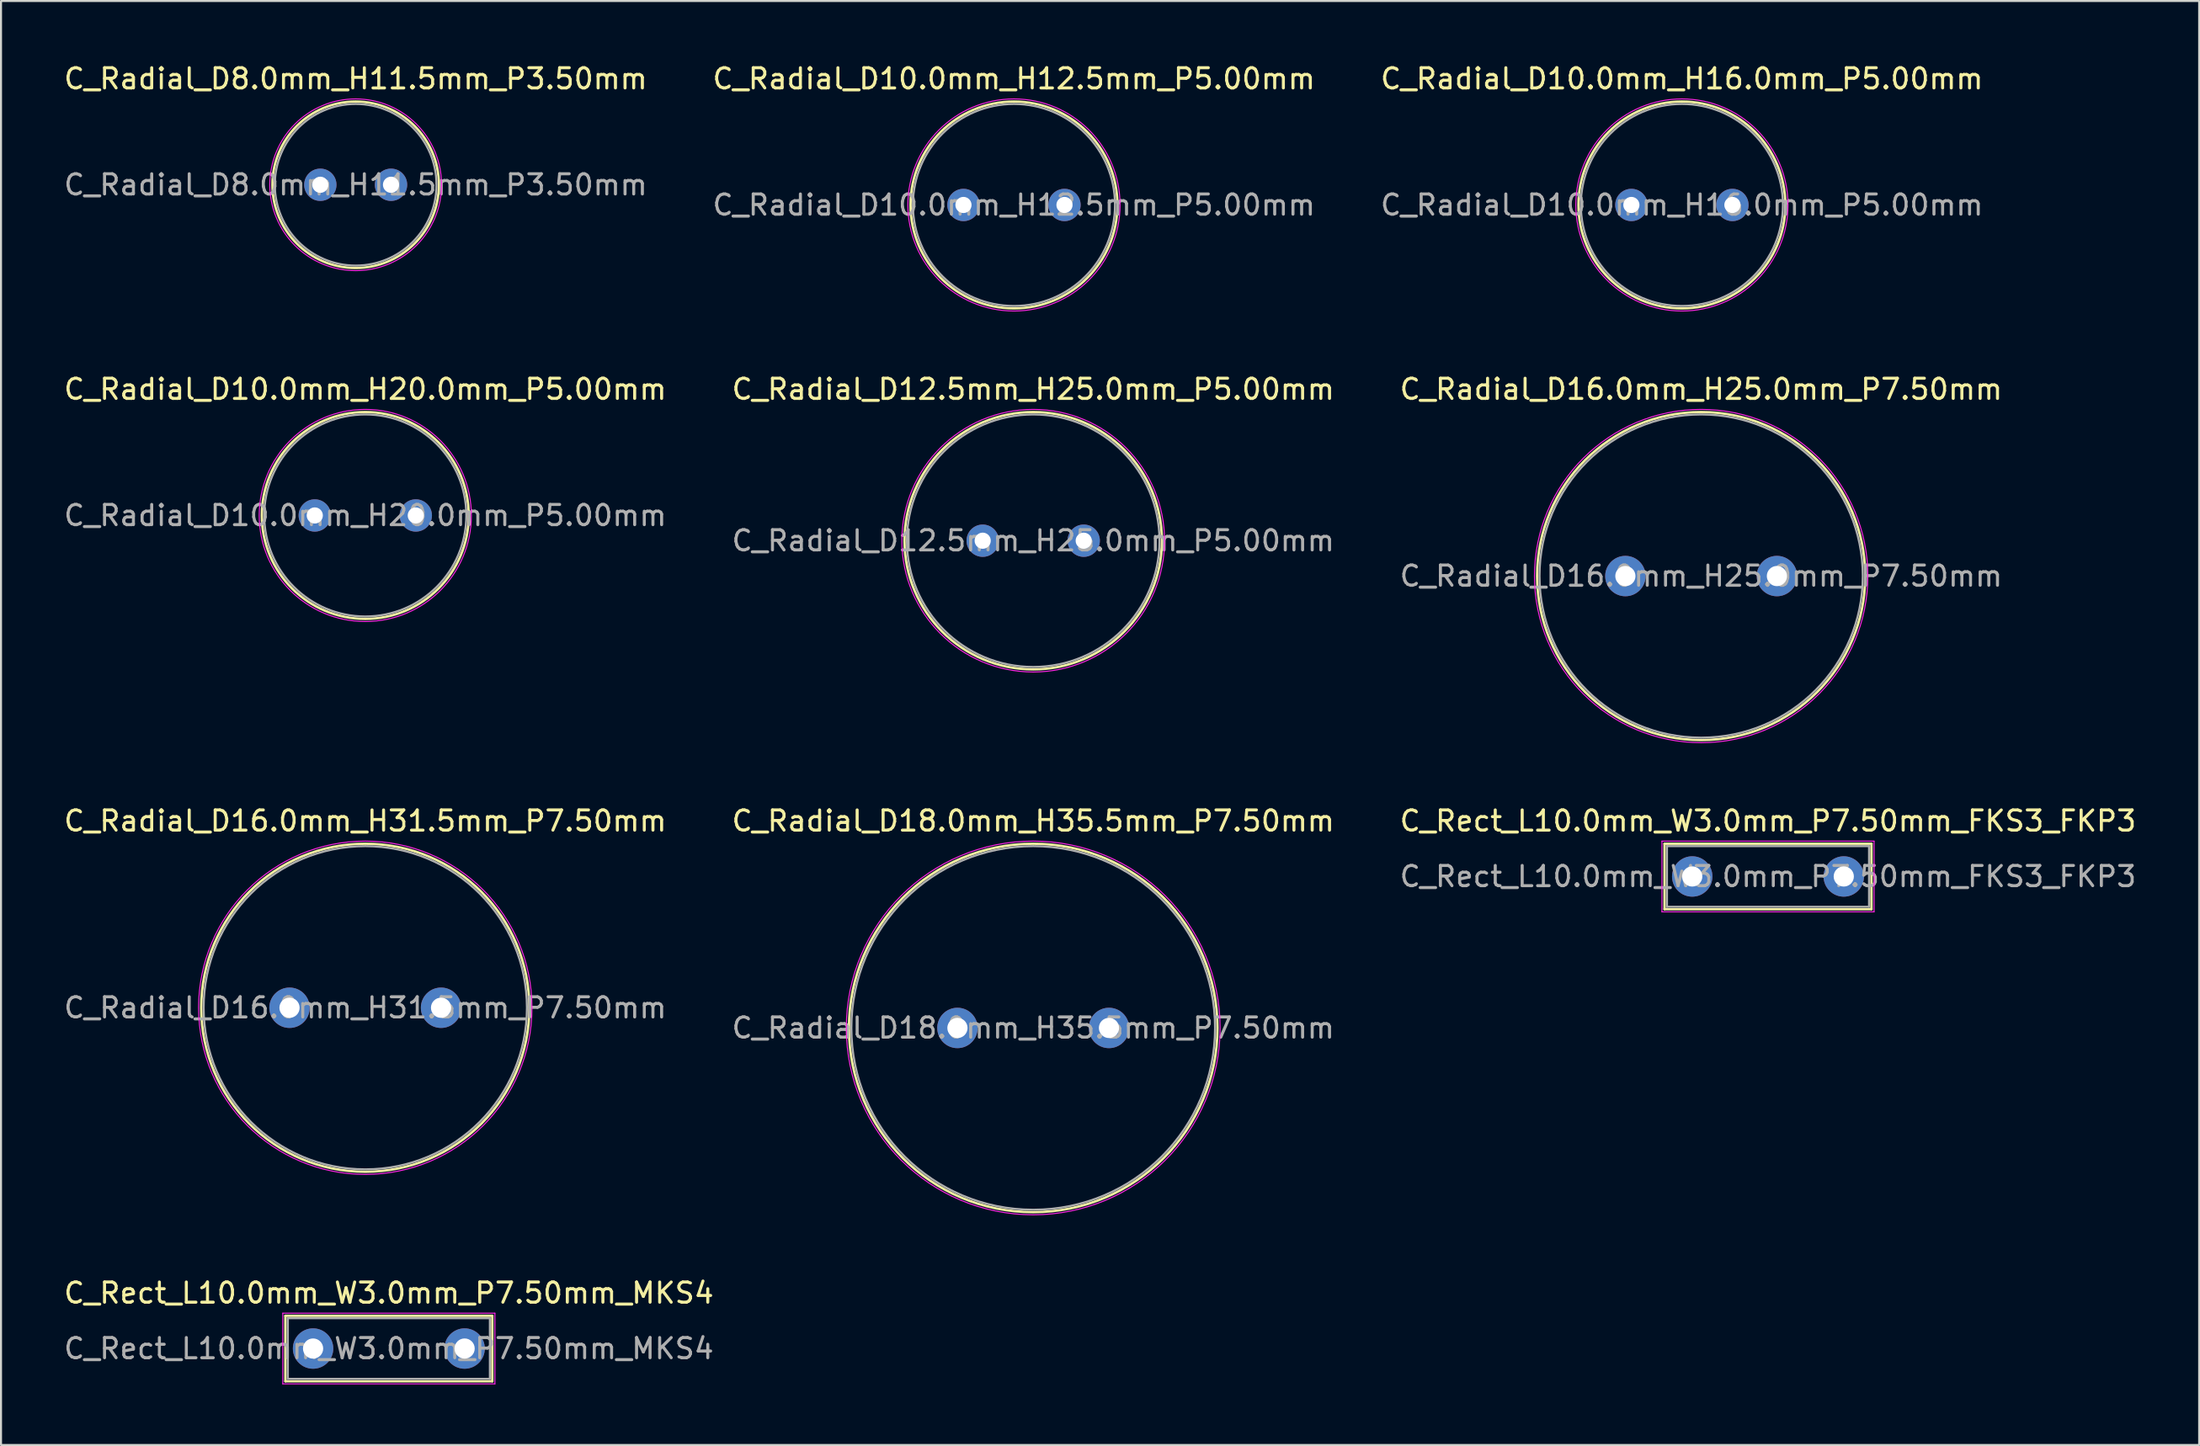
<source format=kicad_pcb>
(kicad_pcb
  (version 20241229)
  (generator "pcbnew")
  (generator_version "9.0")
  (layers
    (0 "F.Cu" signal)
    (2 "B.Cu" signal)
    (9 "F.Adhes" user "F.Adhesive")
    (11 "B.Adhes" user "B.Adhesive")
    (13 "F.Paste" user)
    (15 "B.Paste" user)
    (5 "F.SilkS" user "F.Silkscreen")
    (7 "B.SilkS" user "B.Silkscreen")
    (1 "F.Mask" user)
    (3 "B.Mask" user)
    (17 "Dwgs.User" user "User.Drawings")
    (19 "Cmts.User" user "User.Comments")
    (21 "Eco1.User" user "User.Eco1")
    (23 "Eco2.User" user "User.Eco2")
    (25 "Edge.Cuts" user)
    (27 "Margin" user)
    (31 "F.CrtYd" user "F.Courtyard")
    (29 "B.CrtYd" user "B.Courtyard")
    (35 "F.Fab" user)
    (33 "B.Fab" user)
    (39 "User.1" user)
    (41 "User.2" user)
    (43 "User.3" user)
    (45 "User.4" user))
  (footprint "C_Radial_D18.0mm_H35.5mm_P7.50mm"
    (layer "F.Cu")
    (at 44.339 47.845)
    (property "Reference" "C_Radial_D18.0mm_H35.5mm_P7.50mm" (at 3.75 -10.25 0) (layer "F.SilkS") (effects (font (size 1 1) (thickness 0.15))))
    (attr through_hole)
    (fp_circle (center 3.75 0) (end 12.87 0) (stroke (width 0.12) (type solid)) (fill no) (layer "F.SilkS"))
    (fp_circle (center 3.75 0) (end 13 0) (stroke (width 0.05) (type solid)) (fill no) (layer "F.CrtYd"))
    (fp_circle (center 3.75 0) (end 12.75 0) (stroke (width 0.1) (type solid)) (fill no) (layer "F.Fab"))
    (fp_text user "${REFERENCE}" (at 3.75 0 0) (layer "F.Fab") (effects (font (size 1 1) (thickness 0.15))))
    (pad "1" thru_hole circle (at 0 0) (size 2 2) (drill 1) (layers "*.Cu" "*.Mask"))
    (pad "2" thru_hole circle (at 7.5 0) (size 2 2) (drill 1) (layers "*.Cu" "*.Mask")))
  (footprint "C_Radial_D16.0mm_H25.0mm_P7.50mm"
    (layer "F.Cu")
    (at 77.399 25.471)
    (property "Reference" "C_Radial_D16.0mm_H25.0mm_P7.50mm" (at 3.75 -9.25 0) (layer "F.SilkS") (effects (font (size 1 1) (thickness 0.15))))
    (attr through_hole)
    (fp_circle (center 3.75 0) (end 11.87 0) (stroke (width 0.12) (type solid)) (fill no) (layer "F.SilkS"))
    (fp_circle (center 3.75 0) (end 12 0) (stroke (width 0.05) (type solid)) (fill no) (layer "F.CrtYd"))
    (fp_circle (center 3.75 0) (end 11.75 0) (stroke (width 0.1) (type solid)) (fill no) (layer "F.Fab"))
    (fp_text user "${REFERENCE}" (at 3.75 0 0) (layer "F.Fab") (effects (font (size 1 1) (thickness 0.15))))
    (pad "1" thru_hole circle (at 0 0) (size 2 2) (drill 1) (layers "*.Cu" "*.Mask"))
    (pad "2" thru_hole circle (at 7.5 0) (size 2 2) (drill 1) (layers "*.Cu" "*.Mask")))
  (footprint "C_Radial_D16.0mm_H31.5mm_P7.50mm"
    (layer "F.Cu")
    (at 11.28 46.845)
    (property "Reference" "C_Radial_D16.0mm_H31.5mm_P7.50mm" (at 3.75 -9.25 0) (layer "F.SilkS") (effects (font (size 1 1) (thickness 0.15))))
    (attr through_hole)
    (fp_circle (center 3.75 0) (end 11.87 0) (stroke (width 0.12) (type solid)) (fill no) (layer "F.SilkS"))
    (fp_circle (center 3.75 0) (end 12 0) (stroke (width 0.05) (type solid)) (fill no) (layer "F.CrtYd"))
    (fp_circle (center 3.75 0) (end 11.75 0) (stroke (width 0.1) (type solid)) (fill no) (layer "F.Fab"))
    (fp_text user "${REFERENCE}" (at 3.75 0 0) (layer "F.Fab") (effects (font (size 1 1) (thickness 0.15))))
    (pad "1" thru_hole circle (at 0 0) (size 2 2) (drill 1) (layers "*.Cu" "*.Mask"))
    (pad "2" thru_hole circle (at 7.5 0) (size 2 2) (drill 1) (layers "*.Cu" "*.Mask")))
  (footprint "C_Radial_D10.0mm_H16.0mm_P5.00mm"
    (layer "F.Cu")
    (at 77.696 7.098)
    (property "Reference" "C_Radial_D10.0mm_H16.0mm_P5.00mm" (at 2.5 -6.25 0) (layer "F.SilkS") (effects (font (size 1 1) (thickness 0.15))))
    (attr through_hole)
    (fp_circle (center 2.5 0) (end 7.62 0) (stroke (width 0.12) (type solid)) (fill no) (layer "F.SilkS"))
    (fp_circle (center 2.5 0) (end 7.75 0) (stroke (width 0.05) (type solid)) (fill no) (layer "F.CrtYd"))
    (fp_circle (center 2.5 0) (end 7.5 0) (stroke (width 0.1) (type solid)) (fill no) (layer "F.Fab"))
    (fp_text user "${REFERENCE}" (at 2.5 0 0) (layer "F.Fab") (effects (font (size 1 1) (thickness 0.15))))
    (pad "1" thru_hole circle (at 0 0) (size 1.6 1.6) (drill 0.8) (layers "*.Cu" "*.Mask"))
    (pad "2" thru_hole circle (at 5 0) (size 1.6 1.6) (drill 0.8) (layers "*.Cu" "*.Mask")))
  (footprint "C_Rect_L10.0mm_W3.0mm_P7.50mm_FKS3_FKP3"
    (layer "F.Cu")
    (at 80.708 40.345)
    (property "Reference" "C_Rect_L10.0mm_W3.0mm_P7.50mm_FKS3_FKP3" (at 3.75 -2.75 0) (layer "F.SilkS") (effects (font (size 1 1) (thickness 0.15))))
    (attr through_hole)
    (fp_line (start -1.37 -1.62) (end -1.37 1.62) (stroke (width 0.12) (type solid)) (layer "F.SilkS"))
    (fp_line (start -1.37 -1.62) (end 8.87 -1.62) (stroke (width 0.12) (type solid)) (layer "F.SilkS"))
    (fp_line (start -1.37 1.62) (end 8.87 1.62) (stroke (width 0.12) (type solid)) (layer "F.SilkS"))
    (fp_line (start 8.87 -1.62) (end 8.87 1.62) (stroke (width 0.12) (type solid)) (layer "F.SilkS"))
    (fp_line (start -1.5 -1.75) (end -1.5 1.75) (stroke (width 0.05) (type solid)) (layer "F.CrtYd"))
    (fp_line (start -1.5 1.75) (end 9 1.75) (stroke (width 0.05) (type solid)) (layer "F.CrtYd"))
    (fp_line (start 9 -1.75) (end -1.5 -1.75) (stroke (width 0.05) (type solid)) (layer "F.CrtYd"))
    (fp_line (start 9 1.75) (end 9 -1.75) (stroke (width 0.05) (type solid)) (layer "F.CrtYd"))
    (fp_line (start -1.25 -1.5) (end -1.25 1.5) (stroke (width 0.1) (type solid)) (layer "F.Fab"))
    (fp_line (start -1.25 1.5) (end 8.75 1.5) (stroke (width 0.1) (type solid)) (layer "F.Fab"))
    (fp_line (start 8.75 -1.5) (end -1.25 -1.5) (stroke (width 0.1) (type solid)) (layer "F.Fab"))
    (fp_line (start 8.75 1.5) (end 8.75 -1.5) (stroke (width 0.1) (type solid)) (layer "F.Fab"))
    (fp_text user "${REFERENCE}" (at 3.75 0 0) (layer "F.Fab") (effects (font (size 1 1) (thickness 0.15))))
    (pad "1" thru_hole circle (at 0 0) (size 2 2) (drill 1) (layers "*.Cu" "*.Mask"))
    (pad "2" thru_hole circle (at 7.5 0) (size 2 2) (drill 1) (layers "*.Cu" "*.Mask")))
  (footprint "C_Rect_L10.0mm_W3.0mm_P7.50mm_MKS4"
    (layer "F.Cu")
    (at 12.446 63.718)
    (property "Reference" "C_Rect_L10.0mm_W3.0mm_P7.50mm_MKS4" (at 3.75 -2.75 0) (layer "F.SilkS") (effects (font (size 1 1) (thickness 0.15))))
    (attr through_hole)
    (fp_line (start -1.37 -1.62) (end -1.37 1.62) (stroke (width 0.12) (type solid)) (layer "F.SilkS"))
    (fp_line (start -1.37 -1.62) (end 8.87 -1.62) (stroke (width 0.12) (type solid)) (layer "F.SilkS"))
    (fp_line (start -1.37 1.62) (end 8.87 1.62) (stroke (width 0.12) (type solid)) (layer "F.SilkS"))
    (fp_line (start 8.87 -1.62) (end 8.87 1.62) (stroke (width 0.12) (type solid)) (layer "F.SilkS"))
    (fp_line (start -1.5 -1.75) (end -1.5 1.75) (stroke (width 0.05) (type solid)) (layer "F.CrtYd"))
    (fp_line (start -1.5 1.75) (end 9 1.75) (stroke (width 0.05) (type solid)) (layer "F.CrtYd"))
    (fp_line (start 9 -1.75) (end -1.5 -1.75) (stroke (width 0.05) (type solid)) (layer "F.CrtYd"))
    (fp_line (start 9 1.75) (end 9 -1.75) (stroke (width 0.05) (type solid)) (layer "F.CrtYd"))
    (fp_line (start -1.25 -1.5) (end -1.25 1.5) (stroke (width 0.1) (type solid)) (layer "F.Fab"))
    (fp_line (start -1.25 1.5) (end 8.75 1.5) (stroke (width 0.1) (type solid)) (layer "F.Fab"))
    (fp_line (start 8.75 -1.5) (end -1.25 -1.5) (stroke (width 0.1) (type solid)) (layer "F.Fab"))
    (fp_line (start 8.75 1.5) (end 8.75 -1.5) (stroke (width 0.1) (type solid)) (layer "F.Fab"))
    (fp_text user "${REFERENCE}" (at 3.75 0 0) (layer "F.Fab") (effects (font (size 1 1) (thickness 0.15))))
    (pad "1" thru_hole circle (at 0 0) (size 2 2) (drill 1) (layers "*.Cu" "*.Mask"))
    (pad "2" thru_hole circle (at 7.5 0) (size 2 2) (drill 1) (layers "*.Cu" "*.Mask")))
  (footprint "C_Radial_D12.5mm_H25.0mm_P5.00mm"
    (layer "F.Cu")
    (at 45.589 23.721)
    (property "Reference" "C_Radial_D12.5mm_H25.0mm_P5.00mm" (at 2.5 -7.5 0) (layer "F.SilkS") (effects (font (size 1 1) (thickness 0.15))))
    (attr through_hole)
    (fp_circle (center 2.5 0) (end 8.87 0) (stroke (width 0.12) (type solid)) (fill no) (layer "F.SilkS"))
    (fp_circle (center 2.5 0) (end 9 0) (stroke (width 0.05) (type solid)) (fill no) (layer "F.CrtYd"))
    (fp_circle (center 2.5 0) (end 8.75 0) (stroke (width 0.1) (type solid)) (fill no) (layer "F.Fab"))
    (fp_text user "${REFERENCE}" (at 2.5 0 0) (layer "F.Fab") (effects (font (size 1 1) (thickness 0.15))))
    (pad "1" thru_hole circle (at 0 0) (size 1.6 1.6) (drill 0.8) (layers "*.Cu" "*.Mask"))
    (pad "2" thru_hole circle (at 5 0) (size 1.6 1.6) (drill 0.8) (layers "*.Cu" "*.Mask")))
  (footprint "C_Radial_D8.0mm_H11.5mm_P3.50mm"
    (layer "F.Cu")
    (at 12.804 6.098)
    (property "Reference" "C_Radial_D8.0mm_H11.5mm_P3.50mm" (at 1.75 -5.25 0) (layer "F.SilkS") (effects (font (size 1 1) (thickness 0.15))))
    (attr through_hole)
    (fp_circle (center 1.75 0) (end 5.87 0) (stroke (width 0.12) (type solid)) (fill no) (layer "F.SilkS"))
    (fp_circle (center 1.75 0) (end 6 0) (stroke (width 0.05) (type solid)) (fill no) (layer "F.CrtYd"))
    (fp_circle (center 1.75 0) (end 5.75 0) (stroke (width 0.1) (type solid)) (fill no) (layer "F.Fab"))
    (fp_text user "${REFERENCE}" (at 1.75 0 0) (layer "F.Fab") (effects (font (size 1 1) (thickness 0.15))))
    (pad "1" thru_hole circle (at 0 0) (size 1.6 1.6) (drill 0.8) (layers "*.Cu" "*.Mask"))
    (pad "2" thru_hole circle (at 3.5 0) (size 1.6 1.6) (drill 0.8) (layers "*.Cu" "*.Mask")))
  (footprint "C_Radial_D10.0mm_H12.5mm_P5.00mm"
    (layer "F.Cu")
    (at 44.637 7.098)
    (property "Reference" "C_Radial_D10.0mm_H12.5mm_P5.00mm" (at 2.5 -6.25 0) (layer "F.SilkS") (effects (font (size 1 1) (thickness 0.15))))
    (attr through_hole)
    (fp_circle (center 2.5 0) (end 7.62 0) (stroke (width 0.12) (type solid)) (fill no) (layer "F.SilkS"))
    (fp_circle (center 2.5 0) (end 7.75 0) (stroke (width 0.05) (type solid)) (fill no) (layer "F.CrtYd"))
    (fp_circle (center 2.5 0) (end 7.5 0) (stroke (width 0.1) (type solid)) (fill no) (layer "F.Fab"))
    (fp_text user "${REFERENCE}" (at 2.5 0 0) (layer "F.Fab") (effects (font (size 1 1) (thickness 0.15))))
    (pad "1" thru_hole circle (at 0 0) (size 1.6 1.6) (drill 0.8) (layers "*.Cu" "*.Mask"))
    (pad "2" thru_hole circle (at 5 0) (size 1.6 1.6) (drill 0.8) (layers "*.Cu" "*.Mask")))
  (footprint "C_Radial_D10.0mm_H20.0mm_P5.00mm"
    (layer "F.Cu")
    (at 12.53 22.471)
    (property "Reference" "C_Radial_D10.0mm_H20.0mm_P5.00mm" (at 2.5 -6.25 0) (layer "F.SilkS") (effects (font (size 1 1) (thickness 0.15))))
    (attr through_hole)
    (fp_circle (center 2.5 0) (end 7.62 0) (stroke (width 0.12) (type solid)) (fill no) (layer "F.SilkS"))
    (fp_circle (center 2.5 0) (end 7.75 0) (stroke (width 0.05) (type solid)) (fill no) (layer "F.CrtYd"))
    (fp_circle (center 2.5 0) (end 7.5 0) (stroke (width 0.1) (type solid)) (fill no) (layer "F.Fab"))
    (fp_text user "${REFERENCE}" (at 2.5 0 0) (layer "F.Fab") (effects (font (size 1 1) (thickness 0.15))))
    (pad "1" thru_hole circle (at 0 0) (size 1.6 1.6) (drill 0.8) (layers "*.Cu" "*.Mask"))
    (pad "2" thru_hole circle (at 5 0) (size 1.6 1.6) (drill 0.8) (layers "*.Cu" "*.Mask")))
  (gr_rect
    (start -3 -3)
    (end 105.798 68.493)
    (stroke (width 0.1) (type default))
    (fill no)
    (layer "Edge.Cuts")))
</source>
